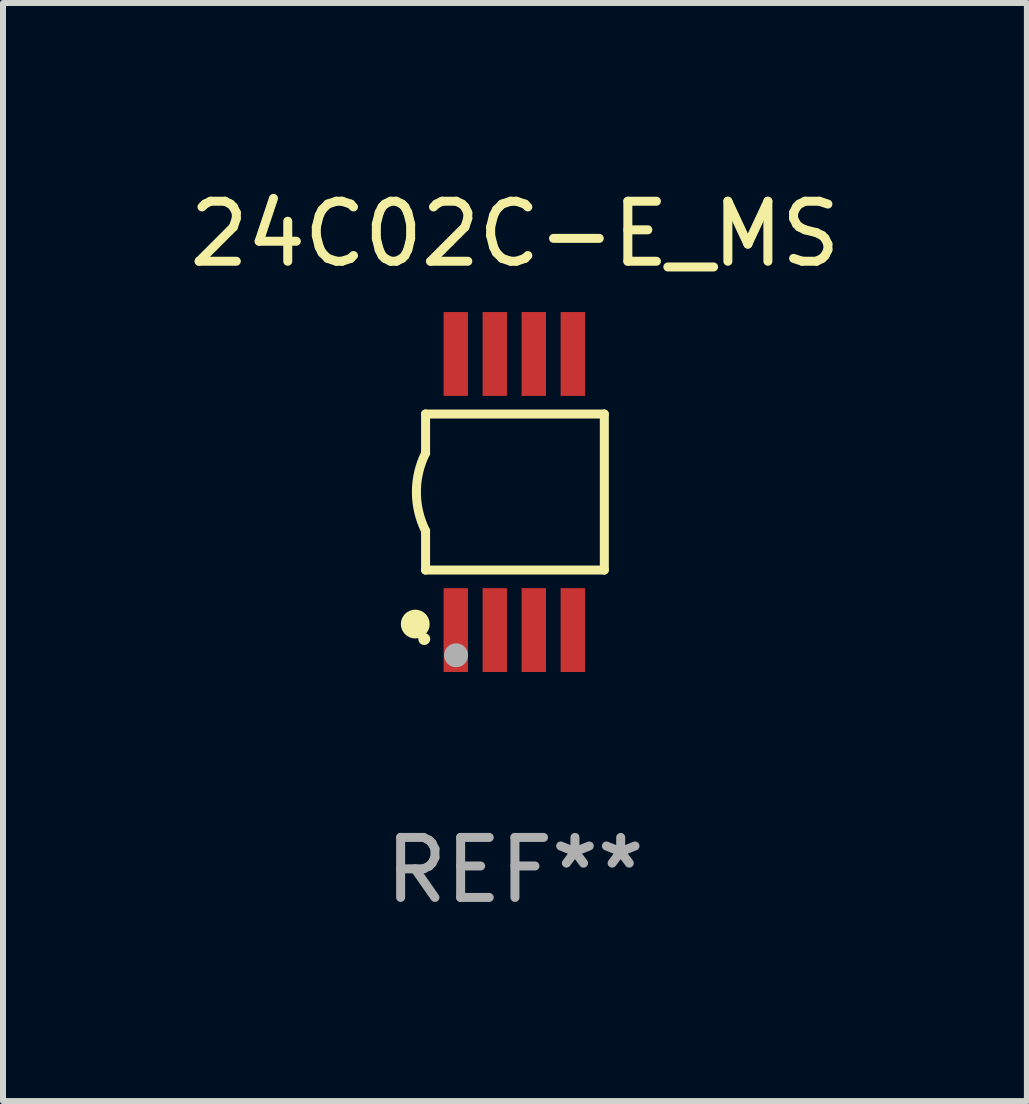
<source format=kicad_pcb>
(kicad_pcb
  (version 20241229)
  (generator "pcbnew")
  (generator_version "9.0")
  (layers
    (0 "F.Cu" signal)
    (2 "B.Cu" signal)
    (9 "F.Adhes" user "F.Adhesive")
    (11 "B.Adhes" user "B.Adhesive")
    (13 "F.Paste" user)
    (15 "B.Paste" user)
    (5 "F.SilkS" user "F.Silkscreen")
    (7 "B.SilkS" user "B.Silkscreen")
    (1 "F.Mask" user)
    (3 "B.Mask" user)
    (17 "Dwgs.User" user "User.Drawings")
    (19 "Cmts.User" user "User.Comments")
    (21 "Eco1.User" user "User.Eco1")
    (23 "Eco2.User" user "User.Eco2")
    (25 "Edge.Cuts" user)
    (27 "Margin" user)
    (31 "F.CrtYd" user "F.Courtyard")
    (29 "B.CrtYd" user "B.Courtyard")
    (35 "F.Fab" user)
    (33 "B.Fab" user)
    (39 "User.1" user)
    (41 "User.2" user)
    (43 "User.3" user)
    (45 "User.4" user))
  (footprint "24C02C-E_MS"
    (layer "F.Cu")
    (at 5.53 5.148)
    (property "Reference" "24C02C-E_MS" (at 0 -4.3 0) (layer "F.SilkS") (effects (font (size 1 1) (thickness 0.15))))
    (attr through_hole)
    (fp_line (start -1.489 -1.3) (end -1.489 -0.648) (stroke (width 0.15) (type solid)) (layer "F.SilkS"))
    (fp_line (start -1.489 0.648) (end -1.489 1.3) (stroke (width 0.15) (type solid)) (layer "F.SilkS"))
    (fp_line (start -1.489 1.3) (end 1.489 1.3) (stroke (width 0.15) (type solid)) (layer "F.SilkS"))
    (fp_line (start 1.489 -1.3) (end -1.489 -1.3) (stroke (width 0.15) (type solid)) (layer "F.SilkS"))
    (fp_line (start 1.489 1.3) (end 1.489 -1.3) (stroke (width 0.15) (type solid)) (layer "F.SilkS"))
    (fp_arc (start -1.489205 0.647702) (mid -1.642107 0) (end -1.489205 -0.647701) (stroke (width 0.150013) (type solid)) (layer "F.SilkS"))
    (fp_circle (center -1.661 2.2) (end -1.541 2.2) (stroke (width 0.24) (type solid)) (fill no) (layer "F.SilkS"))
    (fp_circle (center -1.511 2.45) (end -1.461 2.45) (stroke (width 0.1) (type solid)) (fill no) (layer "F.SilkS"))
    (fp_circle (center -0.981 2.72) (end -0.881 2.72) (stroke (width 0.2) (type solid)) (fill no) (layer "F.Fab"))
    (fp_text user "REF**" (at 0 6.3 0) (layer "F.Fab") (effects (font (size 1 1) (thickness 0.15))))
    (pad "1" smd rect (at -0.986 2.3) (size 0.406 1.397) (layers "F.Cu" "F.Mask" "F.Paste"))
    (pad "2" smd rect (at -0.336 2.3) (size 0.406 1.397) (layers "F.Cu" "F.Mask" "F.Paste"))
    (pad "3" smd rect (at 0.314 2.3) (size 0.406 1.397) (layers "F.Cu" "F.Mask" "F.Paste"))
    (pad "4" smd rect (at 0.964 2.3) (size 0.406 1.397) (layers "F.Cu" "F.Mask" "F.Paste"))
    (pad "5" smd rect (at 0.964 -2.3) (size 0.406 1.397) (layers "F.Cu" "F.Mask" "F.Paste"))
    (pad "6" smd rect (at 0.314 -2.3) (size 0.406 1.397) (layers "F.Cu" "F.Mask" "F.Paste"))
    (pad "7" smd rect (at -0.336 -2.3) (size 0.406 1.397) (layers "F.Cu" "F.Mask" "F.Paste"))
    (pad "8" smd rect (at -0.986 -2.3) (size 0.406 1.397) (layers "F.Cu" "F.Mask" "F.Paste")))
  (gr_rect
    (start -3 -3)
    (end 14.06 15.296)
    (stroke (width 0.1) (type default))
    (fill no)
    (layer "Edge.Cuts")))
</source>
